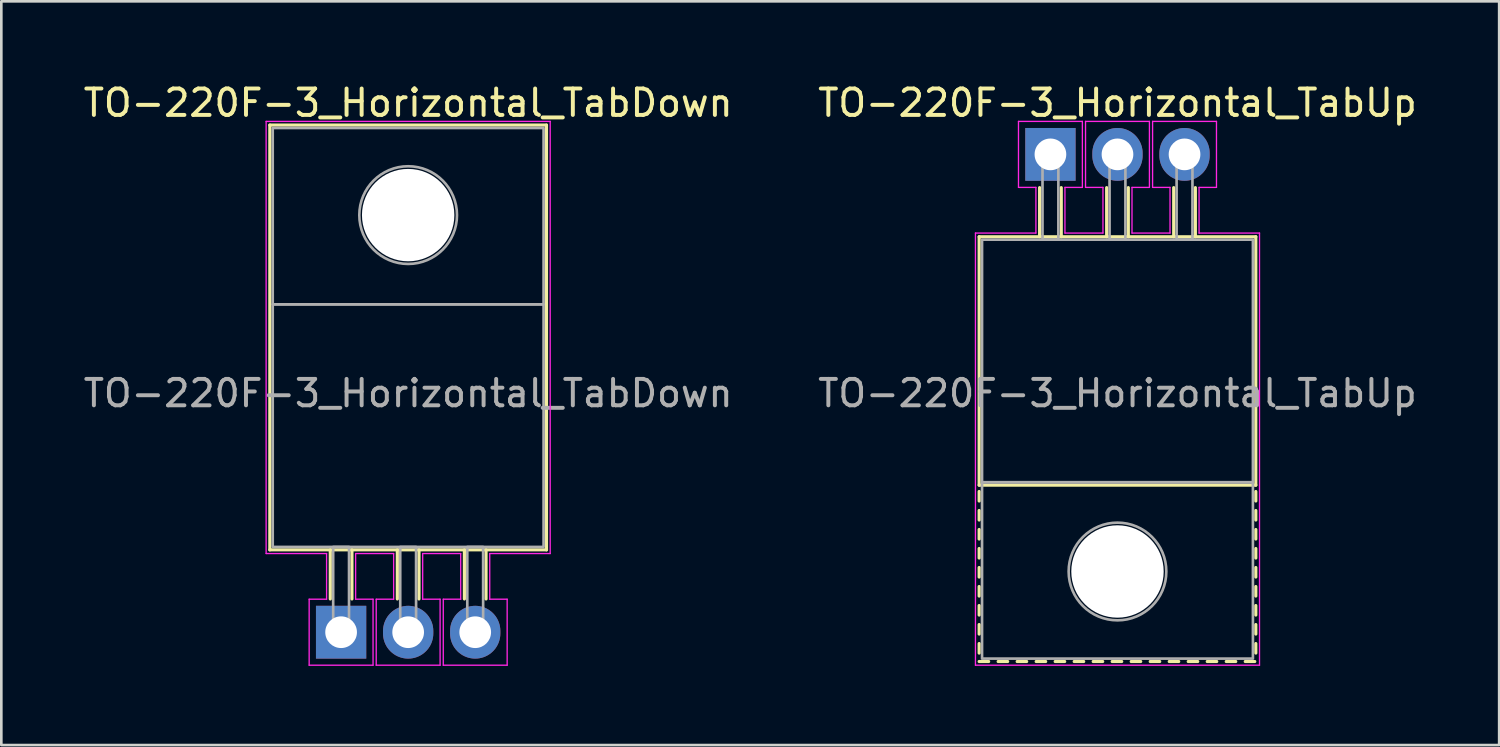
<source format=kicad_pcb>
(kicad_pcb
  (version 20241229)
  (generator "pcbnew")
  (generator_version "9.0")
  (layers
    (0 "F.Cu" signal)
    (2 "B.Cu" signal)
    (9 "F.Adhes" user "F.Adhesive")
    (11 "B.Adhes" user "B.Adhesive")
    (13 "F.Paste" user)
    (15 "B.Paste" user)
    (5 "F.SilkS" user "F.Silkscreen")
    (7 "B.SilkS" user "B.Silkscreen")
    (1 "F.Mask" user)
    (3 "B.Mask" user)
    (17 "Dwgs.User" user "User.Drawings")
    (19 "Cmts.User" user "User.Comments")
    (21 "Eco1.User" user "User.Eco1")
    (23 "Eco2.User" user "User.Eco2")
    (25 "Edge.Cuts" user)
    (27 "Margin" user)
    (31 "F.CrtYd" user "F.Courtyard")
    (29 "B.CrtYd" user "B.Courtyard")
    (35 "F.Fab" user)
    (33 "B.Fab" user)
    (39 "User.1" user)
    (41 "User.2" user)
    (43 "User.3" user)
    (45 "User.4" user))
  (footprint "TO-220F-3_Horizontal_TabDown"
    (layer "F.Cu")
    (at 9.871 20.898)
    (property "Reference" "TO-220F-3_Horizontal_TabDown" (at 2.54 -20.05 0) (layer "F.SilkS") (effects (font (size 1 1) (thickness 0.15))))
    (attr through_hole)
    (fp_line (start -2.7 -19.21) (end 7.78 -19.21) (stroke (width 0.12) (type solid)) (layer "F.SilkS"))
    (fp_line (start -2.7 -3.12) (end -2.7 -19.21) (stroke (width 0.12) (type solid)) (layer "F.SilkS"))
    (fp_line (start -2.7 -3.12) (end 7.78 -3.12) (stroke (width 0.12) (type solid)) (layer "F.SilkS"))
    (fp_line (start -0.41 -3.12) (end -0.41 -1.26) (stroke (width 0.12) (type solid)) (layer "F.SilkS"))
    (fp_line (start 0.41 -3.12) (end 0.41 -1.26) (stroke (width 0.12) (type solid)) (layer "F.SilkS"))
    (fp_line (start 2.13 -3.12) (end 2.13 -1.26) (stroke (width 0.12) (type solid)) (layer "F.SilkS"))
    (fp_line (start 2.95 -3.12) (end 2.95 -1.26) (stroke (width 0.12) (type solid)) (layer "F.SilkS"))
    (fp_line (start 4.67 -3.12) (end 4.67 -1.26) (stroke (width 0.12) (type solid)) (layer "F.SilkS"))
    (fp_line (start 5.49 -3.12) (end 5.49 -1.26) (stroke (width 0.12) (type solid)) (layer "F.SilkS"))
    (fp_line (start 7.78 -3.12) (end 7.78 -19.21) (stroke (width 0.12) (type solid)) (layer "F.SilkS"))
    (fp_line (start -2.84 -19.35) (end 7.92 -19.35) (stroke (width 0.05) (type solid)) (layer "F.CrtYd"))
    (fp_line (start -2.84 -2.98) (end -2.84 -19.35) (stroke (width 0.05) (type solid)) (layer "F.CrtYd"))
    (fp_line (start -1.21 -1.25) (end -0.55 -1.25) (stroke (width 0.05) (type solid)) (layer "F.CrtYd"))
    (fp_line (start -1.21 1.25) (end -1.21 -1.25) (stroke (width 0.05) (type solid)) (layer "F.CrtYd"))
    (fp_line (start -0.55 -2.98) (end -2.84 -2.98) (stroke (width 0.05) (type solid)) (layer "F.CrtYd"))
    (fp_line (start -0.55 -1.25) (end -0.55 -2.98) (stroke (width 0.05) (type solid)) (layer "F.CrtYd"))
    (fp_line (start 0.55 -2.98) (end 0.55 -1.25) (stroke (width 0.05) (type solid)) (layer "F.CrtYd"))
    (fp_line (start 0.55 -1.25) (end 1.21 -1.25) (stroke (width 0.05) (type solid)) (layer "F.CrtYd"))
    (fp_line (start 1.21 -1.25) (end 1.21 1.25) (stroke (width 0.05) (type solid)) (layer "F.CrtYd"))
    (fp_line (start 1.21 1.25) (end -1.21 1.25) (stroke (width 0.05) (type solid)) (layer "F.CrtYd"))
    (fp_line (start 1.33 -1.25) (end 1.99 -1.25) (stroke (width 0.05) (type solid)) (layer "F.CrtYd"))
    (fp_line (start 1.33 1.25) (end 1.33 -1.25) (stroke (width 0.05) (type solid)) (layer "F.CrtYd"))
    (fp_line (start 1.99 -2.98) (end 0.55 -2.98) (stroke (width 0.05) (type solid)) (layer "F.CrtYd"))
    (fp_line (start 1.99 -1.25) (end 1.99 -2.98) (stroke (width 0.05) (type solid)) (layer "F.CrtYd"))
    (fp_line (start 3.09 -2.98) (end 3.09 -1.25) (stroke (width 0.05) (type solid)) (layer "F.CrtYd"))
    (fp_line (start 3.09 -1.25) (end 3.75 -1.25) (stroke (width 0.05) (type solid)) (layer "F.CrtYd"))
    (fp_line (start 3.75 -1.25) (end 3.75 1.25) (stroke (width 0.05) (type solid)) (layer "F.CrtYd"))
    (fp_line (start 3.75 1.25) (end 1.33 1.25) (stroke (width 0.05) (type solid)) (layer "F.CrtYd"))
    (fp_line (start 3.87 -1.25) (end 4.53 -1.25) (stroke (width 0.05) (type solid)) (layer "F.CrtYd"))
    (fp_line (start 3.87 1.25) (end 3.87 -1.25) (stroke (width 0.05) (type solid)) (layer "F.CrtYd"))
    (fp_line (start 4.53 -2.98) (end 3.09 -2.98) (stroke (width 0.05) (type solid)) (layer "F.CrtYd"))
    (fp_line (start 4.53 -1.25) (end 4.53 -2.98) (stroke (width 0.05) (type solid)) (layer "F.CrtYd"))
    (fp_line (start 5.63 -2.98) (end 5.63 -1.25) (stroke (width 0.05) (type solid)) (layer "F.CrtYd"))
    (fp_line (start 5.63 -1.25) (end 6.29 -1.25) (stroke (width 0.05) (type solid)) (layer "F.CrtYd"))
    (fp_line (start 6.29 -1.25) (end 6.29 1.25) (stroke (width 0.05) (type solid)) (layer "F.CrtYd"))
    (fp_line (start 6.29 1.25) (end 3.87 1.25) (stroke (width 0.05) (type solid)) (layer "F.CrtYd"))
    (fp_line (start 7.92 -19.35) (end 7.92 -2.98) (stroke (width 0.05) (type solid)) (layer "F.CrtYd"))
    (fp_line (start 7.92 -2.98) (end 5.63 -2.98) (stroke (width 0.05) (type solid)) (layer "F.CrtYd"))
    (fp_rect (start -2.59 -19.1) (end 7.67 -12.42) (stroke (width 0.1) (type solid)) (fill no) (layer "F.Fab"))
    (fp_rect (start -2.59 -12.42) (end 7.67 -3.23) (stroke (width 0.1) (type solid)) (fill no) (layer "F.Fab"))
    (fp_rect (start -0.3 -3.23) (end 0.3 0) (stroke (width 0.1) (type solid)) (fill no) (layer "F.Fab"))
    (fp_rect (start 2.24 -3.23) (end 2.84 0) (stroke (width 0.1) (type solid)) (fill no) (layer "F.Fab"))
    (fp_rect (start 4.78 -3.23) (end 5.38 0) (stroke (width 0.1) (type solid)) (fill no) (layer "F.Fab"))
    (fp_circle (center 2.54 -15.8) (end 4.39 -15.8) (stroke (width 0.1) (type solid)) (fill no) (layer "F.Fab"))
    (fp_text user "${REFERENCE}" (at 2.54 -9.05 0) (layer "F.Fab") (effects (font (size 1 1) (thickness 0.15))))
    (pad "" np_thru_hole circle (at 2.54 -15.8) (size 3.5 3.5) (drill 3.5) (layers "*.Cu" "*.Mask"))
    (pad "1" thru_hole rect (at 0 0) (size 1.905 2) (drill 1.2) (layers "*.Cu" "*.Mask"))
    (pad "2" thru_hole oval (at 2.54 0) (size 1.905 2) (drill 1.2) (layers "*.Cu" "*.Mask"))
    (pad "3" thru_hole oval (at 5.08 0) (size 1.905 2) (drill 1.2) (layers "*.Cu" "*.Mask")))
  (footprint "TO-220F-3_Horizontal_TabUp"
    (layer "F.Cu")
    (at 36.74 2.798)
    (property "Reference" "TO-220F-3_Horizontal_TabUp" (at 2.54 -1.95 0) (layer "F.SilkS") (effects (font (size 1 1) (thickness 0.15))))
    (attr through_hole)
    (fp_line (start -2.7 3.12) (end -2.7 12.53) (stroke (width 0.12) (type solid)) (layer "F.SilkS"))
    (fp_line (start -2.7 3.12) (end 7.78 3.12) (stroke (width 0.12) (type solid)) (layer "F.SilkS"))
    (fp_line (start -2.7 12.53) (end 7.78 12.53) (stroke (width 0.12) (type solid)) (layer "F.SilkS"))
    (fp_line (start -2.7 12.77) (end -2.7 13.13) (stroke (width 0.12) (type solid)) (layer "F.SilkS"))
    (fp_line (start -2.7 13.49) (end -2.7 13.85) (stroke (width 0.12) (type solid)) (layer "F.SilkS"))
    (fp_line (start -2.7 14.21) (end -2.7 14.57) (stroke (width 0.12) (type solid)) (layer "F.SilkS"))
    (fp_line (start -2.7 14.93) (end -2.7 15.29) (stroke (width 0.12) (type solid)) (layer "F.SilkS"))
    (fp_line (start -2.7 15.65) (end -2.7 16.01) (stroke (width 0.12) (type solid)) (layer "F.SilkS"))
    (fp_line (start -2.7 16.37) (end -2.7 16.73) (stroke (width 0.12) (type solid)) (layer "F.SilkS"))
    (fp_line (start -2.7 17.09) (end -2.7 17.45) (stroke (width 0.12) (type solid)) (layer "F.SilkS"))
    (fp_line (start -2.7 17.81) (end -2.7 18.17) (stroke (width 0.12) (type solid)) (layer "F.SilkS"))
    (fp_line (start -2.7 18.53) (end -2.7 18.89) (stroke (width 0.12) (type solid)) (layer "F.SilkS"))
    (fp_line (start -2.7 19.21) (end -2.34 19.21) (stroke (width 0.12) (type solid)) (layer "F.SilkS"))
    (fp_line (start -1.98 19.21) (end -1.62 19.21) (stroke (width 0.12) (type solid)) (layer "F.SilkS"))
    (fp_line (start -1.26 19.21) (end -0.9 19.21) (stroke (width 0.12) (type solid)) (layer "F.SilkS"))
    (fp_line (start -0.54 19.21) (end -0.18 19.21) (stroke (width 0.12) (type solid)) (layer "F.SilkS"))
    (fp_line (start -0.41 3.12) (end -0.41 1.26) (stroke (width 0.12) (type solid)) (layer "F.SilkS"))
    (fp_line (start 0.18 19.21) (end 0.54 19.21) (stroke (width 0.12) (type solid)) (layer "F.SilkS"))
    (fp_line (start 0.41 3.12) (end 0.41 1.26) (stroke (width 0.12) (type solid)) (layer "F.SilkS"))
    (fp_line (start 0.9 19.21) (end 1.26 19.21) (stroke (width 0.12) (type solid)) (layer "F.SilkS"))
    (fp_line (start 1.62 19.21) (end 1.98 19.21) (stroke (width 0.12) (type solid)) (layer "F.SilkS"))
    (fp_line (start 2.13 3.12) (end 2.13 1.26) (stroke (width 0.12) (type solid)) (layer "F.SilkS"))
    (fp_line (start 2.34 19.21) (end 2.7 19.21) (stroke (width 0.12) (type solid)) (layer "F.SilkS"))
    (fp_line (start 2.95 3.12) (end 2.95 1.26) (stroke (width 0.12) (type solid)) (layer "F.SilkS"))
    (fp_line (start 3.06 19.21) (end 3.42 19.21) (stroke (width 0.12) (type solid)) (layer "F.SilkS"))
    (fp_line (start 3.78 19.21) (end 4.14 19.21) (stroke (width 0.12) (type solid)) (layer "F.SilkS"))
    (fp_line (start 4.5 19.21) (end 4.86 19.21) (stroke (width 0.12) (type solid)) (layer "F.SilkS"))
    (fp_line (start 4.67 3.12) (end 4.67 1.26) (stroke (width 0.12) (type solid)) (layer "F.SilkS"))
    (fp_line (start 5.22 19.21) (end 5.58 19.21) (stroke (width 0.12) (type solid)) (layer "F.SilkS"))
    (fp_line (start 5.49 3.12) (end 5.49 1.26) (stroke (width 0.12) (type solid)) (layer "F.SilkS"))
    (fp_line (start 5.94 19.21) (end 6.3 19.21) (stroke (width 0.12) (type solid)) (layer "F.SilkS"))
    (fp_line (start 6.66 19.21) (end 7.02 19.21) (stroke (width 0.12) (type solid)) (layer "F.SilkS"))
    (fp_line (start 7.38 19.21) (end 7.74 19.21) (stroke (width 0.12) (type solid)) (layer "F.SilkS"))
    (fp_line (start 7.78 3.12) (end 7.78 12.53) (stroke (width 0.12) (type solid)) (layer "F.SilkS"))
    (fp_line (start 7.78 12.77) (end 7.78 13.13) (stroke (width 0.12) (type solid)) (layer "F.SilkS"))
    (fp_line (start 7.78 13.49) (end 7.78 13.85) (stroke (width 0.12) (type solid)) (layer "F.SilkS"))
    (fp_line (start 7.78 14.21) (end 7.78 14.57) (stroke (width 0.12) (type solid)) (layer "F.SilkS"))
    (fp_line (start 7.78 14.93) (end 7.78 15.29) (stroke (width 0.12) (type solid)) (layer "F.SilkS"))
    (fp_line (start 7.78 15.65) (end 7.78 16.01) (stroke (width 0.12) (type solid)) (layer "F.SilkS"))
    (fp_line (start 7.78 16.37) (end 7.78 16.73) (stroke (width 0.12) (type solid)) (layer "F.SilkS"))
    (fp_line (start 7.78 17.09) (end 7.78 17.45) (stroke (width 0.12) (type solid)) (layer "F.SilkS"))
    (fp_line (start 7.78 17.81) (end 7.78 18.17) (stroke (width 0.12) (type solid)) (layer "F.SilkS"))
    (fp_line (start 7.78 18.53) (end 7.78 18.89) (stroke (width 0.12) (type solid)) (layer "F.SilkS"))
    (fp_line (start -2.84 2.98) (end -0.55 2.98) (stroke (width 0.05) (type solid)) (layer "F.CrtYd"))
    (fp_line (start -2.84 19.35) (end -2.84 2.98) (stroke (width 0.05) (type solid)) (layer "F.CrtYd"))
    (fp_line (start -1.21 -1.25) (end 1.21 -1.25) (stroke (width 0.05) (type solid)) (layer "F.CrtYd"))
    (fp_line (start -1.21 1.25) (end -1.21 -1.25) (stroke (width 0.05) (type solid)) (layer "F.CrtYd"))
    (fp_line (start -0.55 1.25) (end -1.21 1.25) (stroke (width 0.05) (type solid)) (layer "F.CrtYd"))
    (fp_line (start -0.55 2.98) (end -0.55 1.25) (stroke (width 0.05) (type solid)) (layer "F.CrtYd"))
    (fp_line (start 0.55 1.25) (end 0.55 2.98) (stroke (width 0.05) (type solid)) (layer "F.CrtYd"))
    (fp_line (start 0.55 2.98) (end 1.99 2.98) (stroke (width 0.05) (type solid)) (layer "F.CrtYd"))
    (fp_line (start 1.21 -1.25) (end 1.21 1.25) (stroke (width 0.05) (type solid)) (layer "F.CrtYd"))
    (fp_line (start 1.21 1.25) (end 0.55 1.25) (stroke (width 0.05) (type solid)) (layer "F.CrtYd"))
    (fp_line (start 1.33 -1.25) (end 3.75 -1.25) (stroke (width 0.05) (type solid)) (layer "F.CrtYd"))
    (fp_line (start 1.33 1.25) (end 1.33 -1.25) (stroke (width 0.05) (type solid)) (layer "F.CrtYd"))
    (fp_line (start 1.99 1.25) (end 1.33 1.25) (stroke (width 0.05) (type solid)) (layer "F.CrtYd"))
    (fp_line (start 1.99 2.98) (end 1.99 1.25) (stroke (width 0.05) (type solid)) (layer "F.CrtYd"))
    (fp_line (start 3.09 1.25) (end 3.09 2.98) (stroke (width 0.05) (type solid)) (layer "F.CrtYd"))
    (fp_line (start 3.09 2.98) (end 4.53 2.98) (stroke (width 0.05) (type solid)) (layer "F.CrtYd"))
    (fp_line (start 3.75 -1.25) (end 3.75 1.25) (stroke (width 0.05) (type solid)) (layer "F.CrtYd"))
    (fp_line (start 3.75 1.25) (end 3.09 1.25) (stroke (width 0.05) (type solid)) (layer "F.CrtYd"))
    (fp_line (start 3.87 -1.25) (end 6.29 -1.25) (stroke (width 0.05) (type solid)) (layer "F.CrtYd"))
    (fp_line (start 3.87 1.25) (end 3.87 -1.25) (stroke (width 0.05) (type solid)) (layer "F.CrtYd"))
    (fp_line (start 4.53 1.25) (end 3.87 1.25) (stroke (width 0.05) (type solid)) (layer "F.CrtYd"))
    (fp_line (start 4.53 2.98) (end 4.53 1.25) (stroke (width 0.05) (type solid)) (layer "F.CrtYd"))
    (fp_line (start 5.63 1.25) (end 5.63 2.98) (stroke (width 0.05) (type solid)) (layer "F.CrtYd"))
    (fp_line (start 5.63 2.98) (end 7.92 2.98) (stroke (width 0.05) (type solid)) (layer "F.CrtYd"))
    (fp_line (start 6.29 -1.25) (end 6.29 1.25) (stroke (width 0.05) (type solid)) (layer "F.CrtYd"))
    (fp_line (start 6.29 1.25) (end 5.63 1.25) (stroke (width 0.05) (type solid)) (layer "F.CrtYd"))
    (fp_line (start 7.92 2.98) (end 7.92 19.35) (stroke (width 0.05) (type solid)) (layer "F.CrtYd"))
    (fp_line (start 7.92 19.35) (end -2.84 19.35) (stroke (width 0.05) (type solid)) (layer "F.CrtYd"))
    (fp_rect (start -2.59 3.23) (end 7.67 12.42) (stroke (width 0.1) (type solid)) (fill no) (layer "F.Fab"))
    (fp_rect (start -2.59 12.42) (end 7.67 19.1) (stroke (width 0.1) (type solid)) (fill no) (layer "F.Fab"))
    (fp_rect (start -0.3 0) (end 0.3 3.23) (stroke (width 0.1) (type solid)) (fill no) (layer "F.Fab"))
    (fp_rect (start 2.24 0) (end 2.84 3.23) (stroke (width 0.1) (type solid)) (fill no) (layer "F.Fab"))
    (fp_rect (start 4.78 0) (end 5.38 3.23) (stroke (width 0.1) (type solid)) (fill no) (layer "F.Fab"))
    (fp_circle (center 2.54 15.8) (end 4.39 15.8) (stroke (width 0.1) (type solid)) (fill no) (layer "F.Fab"))
    (fp_text user "${REFERENCE}" (at 2.54 9.05 0) (layer "F.Fab") (effects (font (size 1 1) (thickness 0.15))))
    (pad "" np_thru_hole circle (at 2.54 15.8) (size 3.5 3.5) (drill 3.5) (layers "*.Cu" "*.Mask"))
    (pad "1" thru_hole rect (at 0 0) (size 1.905 2) (drill 1.2) (layers "*.Cu" "*.Mask"))
    (pad "2" thru_hole oval (at 2.54 0) (size 1.905 2) (drill 1.2) (layers "*.Cu" "*.Mask"))
    (pad "3" thru_hole oval (at 5.08 0) (size 1.905 2) (drill 1.2) (layers "*.Cu" "*.Mask")))
  (gr_rect
    (start -3 -3)
    (end 53.738 25.173)
    (stroke (width 0.1) (type default))
    (fill no)
    (layer "Edge.Cuts")))
</source>
